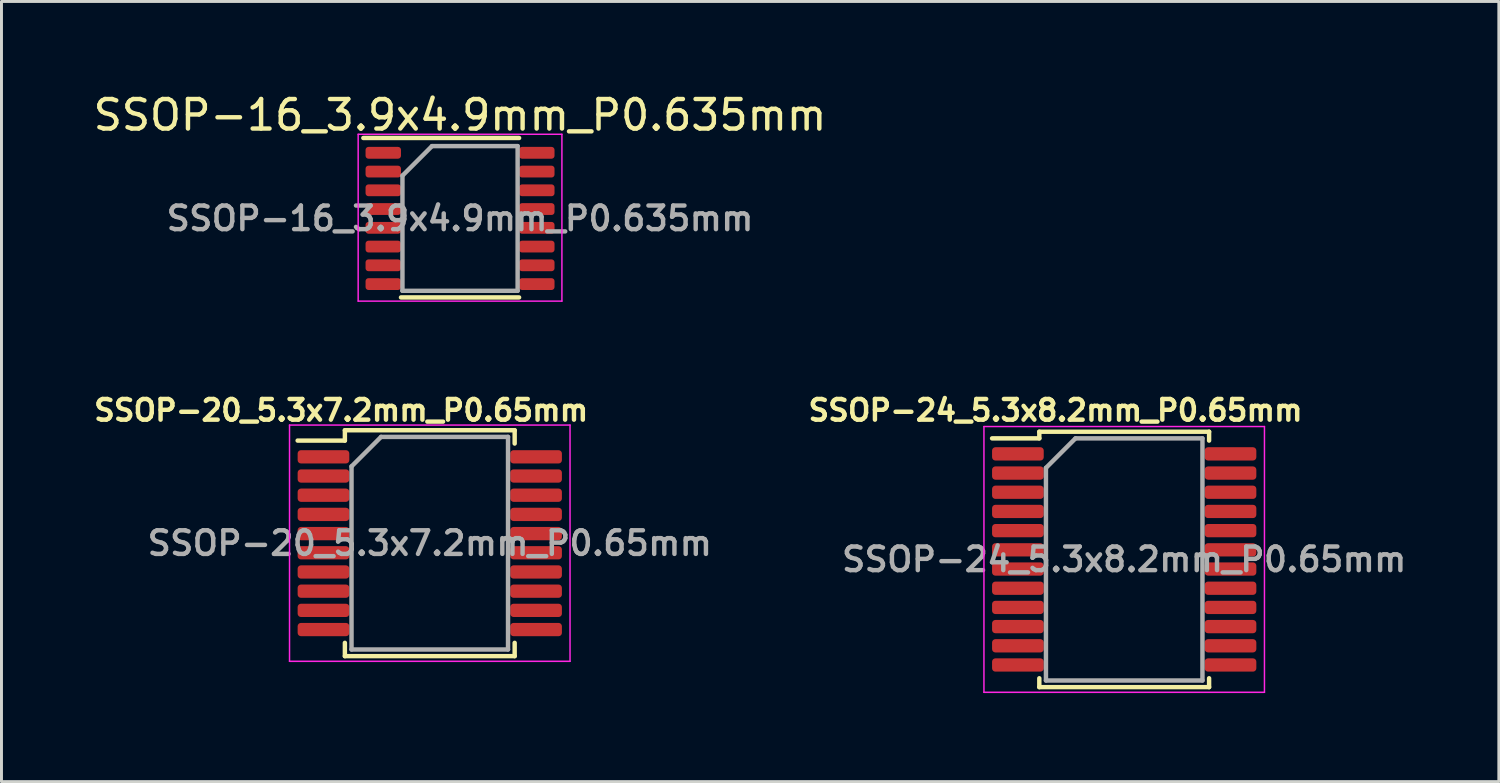
<source format=kicad_pcb>
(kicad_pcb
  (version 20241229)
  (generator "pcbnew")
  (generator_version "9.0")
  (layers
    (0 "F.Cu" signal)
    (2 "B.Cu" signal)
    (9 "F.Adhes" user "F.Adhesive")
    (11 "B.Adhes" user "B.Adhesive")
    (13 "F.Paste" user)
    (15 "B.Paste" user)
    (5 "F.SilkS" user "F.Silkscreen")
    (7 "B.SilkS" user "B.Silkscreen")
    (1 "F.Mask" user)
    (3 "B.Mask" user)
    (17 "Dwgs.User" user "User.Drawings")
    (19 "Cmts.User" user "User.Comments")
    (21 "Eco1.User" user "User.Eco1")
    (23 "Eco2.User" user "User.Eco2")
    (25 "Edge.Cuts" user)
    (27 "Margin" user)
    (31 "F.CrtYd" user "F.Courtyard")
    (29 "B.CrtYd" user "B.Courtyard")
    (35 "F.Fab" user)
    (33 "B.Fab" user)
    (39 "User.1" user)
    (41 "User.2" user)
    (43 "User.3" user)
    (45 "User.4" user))
  (footprint "SSOP-24_5.3x8.2mm_P0.65mm"
    (layer "F.Cu")
    (at 35.023 15.896)
    (property "Reference" "SSOP-24_5.3x8.2mm_P0.65mm" (at -2.325 -5.05 0) (layer "F.SilkS") (effects (font (size 0.7 0.7) (thickness 0.15))))
    (attr smd)
    (fp_line (start -2.875 -4.325) (end -2.875 -4.1) (stroke (width 0.15) (type solid)) (layer "F.SilkS"))
    (fp_line (start -2.875 -4.325) (end 2.875 -4.325) (stroke (width 0.15) (type solid)) (layer "F.SilkS"))
    (fp_line (start -2.875 -4.1) (end -4.475 -4.1) (stroke (width 0.15) (type solid)) (layer "F.SilkS"))
    (fp_line (start -2.875 4.325) (end -2.875 4.025) (stroke (width 0.15) (type solid)) (layer "F.SilkS"))
    (fp_line (start -2.875 4.325) (end 2.875 4.325) (stroke (width 0.15) (type solid)) (layer "F.SilkS"))
    (fp_line (start 2.875 -4.325) (end 2.875 -4.025) (stroke (width 0.15) (type solid)) (layer "F.SilkS"))
    (fp_line (start 2.875 4.325) (end 2.875 4.025) (stroke (width 0.15) (type solid)) (layer "F.SilkS"))
    (fp_line (start -4.75 -4.5) (end -4.75 4.5) (stroke (width 0.05) (type solid)) (layer "F.CrtYd"))
    (fp_line (start -4.75 -4.5) (end 4.75 -4.5) (stroke (width 0.05) (type solid)) (layer "F.CrtYd"))
    (fp_line (start -4.75 4.5) (end 4.75 4.5) (stroke (width 0.05) (type solid)) (layer "F.CrtYd"))
    (fp_line (start 4.75 -4.5) (end 4.75 4.5) (stroke (width 0.05) (type solid)) (layer "F.CrtYd"))
    (fp_line (start -2.65 -3.1) (end -1.65 -4.1) (stroke (width 0.15) (type solid)) (layer "F.Fab"))
    (fp_line (start -2.65 4.1) (end -2.65 -3.1) (stroke (width 0.15) (type solid)) (layer "F.Fab"))
    (fp_line (start -1.65 -4.1) (end 2.65 -4.1) (stroke (width 0.15) (type solid)) (layer "F.Fab"))
    (fp_line (start 2.65 -4.1) (end 2.65 4.1) (stroke (width 0.15) (type solid)) (layer "F.Fab"))
    (fp_line (start 2.65 4.1) (end -2.65 4.1) (stroke (width 0.15) (type solid)) (layer "F.Fab"))
    (fp_text user "${REFERENCE}" (at 0 0 0) (layer "F.Fab") (effects (font (size 0.8 0.8) (thickness 0.15))))
    (pad "1" smd roundrect (at -3.6 -3.575) (size 1.75 0.45) (layers "F.Cu" "F.Mask" "F.Paste") (roundrect_rratio 0.25))
    (pad "2" smd roundrect (at -3.6 -2.925) (size 1.75 0.45) (layers "F.Cu" "F.Mask" "F.Paste") (roundrect_rratio 0.25))
    (pad "3" smd roundrect (at -3.6 -2.275) (size 1.75 0.45) (layers "F.Cu" "F.Mask" "F.Paste") (roundrect_rratio 0.25))
    (pad "4" smd roundrect (at -3.6 -1.625) (size 1.75 0.45) (layers "F.Cu" "F.Mask" "F.Paste") (roundrect_rratio 0.25))
    (pad "5" smd roundrect (at -3.6 -0.975) (size 1.75 0.45) (layers "F.Cu" "F.Mask" "F.Paste") (roundrect_rratio 0.25))
    (pad "6" smd roundrect (at -3.6 -0.325) (size 1.75 0.45) (layers "F.Cu" "F.Mask" "F.Paste") (roundrect_rratio 0.25))
    (pad "7" smd roundrect (at -3.6 0.325) (size 1.75 0.45) (layers "F.Cu" "F.Mask" "F.Paste") (roundrect_rratio 0.25))
    (pad "8" smd roundrect (at -3.6 0.975) (size 1.75 0.45) (layers "F.Cu" "F.Mask" "F.Paste") (roundrect_rratio 0.25))
    (pad "9" smd roundrect (at -3.6 1.625) (size 1.75 0.45) (layers "F.Cu" "F.Mask" "F.Paste") (roundrect_rratio 0.25))
    (pad "10" smd roundrect (at -3.6 2.275) (size 1.75 0.45) (layers "F.Cu" "F.Mask" "F.Paste") (roundrect_rratio 0.25))
    (pad "11" smd roundrect (at -3.6 2.925) (size 1.75 0.45) (layers "F.Cu" "F.Mask" "F.Paste") (roundrect_rratio 0.25))
    (pad "12" smd roundrect (at -3.6 3.575) (size 1.75 0.45) (layers "F.Cu" "F.Mask" "F.Paste") (roundrect_rratio 0.25))
    (pad "13" smd roundrect (at 3.6 3.575) (size 1.75 0.45) (layers "F.Cu" "F.Mask" "F.Paste") (roundrect_rratio 0.25))
    (pad "14" smd roundrect (at 3.6 2.925) (size 1.75 0.45) (layers "F.Cu" "F.Mask" "F.Paste") (roundrect_rratio 0.25))
    (pad "15" smd roundrect (at 3.6 2.275) (size 1.75 0.45) (layers "F.Cu" "F.Mask" "F.Paste") (roundrect_rratio 0.25))
    (pad "16" smd roundrect (at 3.6 1.625) (size 1.75 0.45) (layers "F.Cu" "F.Mask" "F.Paste") (roundrect_rratio 0.25))
    (pad "17" smd roundrect (at 3.6 0.975) (size 1.75 0.45) (layers "F.Cu" "F.Mask" "F.Paste") (roundrect_rratio 0.25))
    (pad "18" smd roundrect (at 3.6 0.325) (size 1.75 0.45) (layers "F.Cu" "F.Mask" "F.Paste") (roundrect_rratio 0.25))
    (pad "19" smd roundrect (at 3.6 -0.325) (size 1.75 0.45) (layers "F.Cu" "F.Mask" "F.Paste") (roundrect_rratio 0.25))
    (pad "20" smd roundrect (at 3.6 -0.975) (size 1.75 0.45) (layers "F.Cu" "F.Mask" "F.Paste") (roundrect_rratio 0.25))
    (pad "21" smd roundrect (at 3.6 -1.625) (size 1.75 0.45) (layers "F.Cu" "F.Mask" "F.Paste") (roundrect_rratio 0.25))
    (pad "22" smd roundrect (at 3.6 -2.275) (size 1.75 0.45) (layers "F.Cu" "F.Mask" "F.Paste") (roundrect_rratio 0.25))
    (pad "23" smd roundrect (at 3.6 -2.925) (size 1.75 0.45) (layers "F.Cu" "F.Mask" "F.Paste") (roundrect_rratio 0.25))
    (pad "24" smd roundrect (at 3.6 -3.575) (size 1.75 0.45) (layers "F.Cu" "F.Mask" "F.Paste") (roundrect_rratio 0.25)))
  (footprint "SSOP-16_3.9x4.9mm_P0.635mm"
    (layer "F.Cu")
    (at 12.53 4.348)
    (property "Reference" "SSOP-16_3.9x4.9mm_P0.635mm" (at 0 -3.5 0) (layer "F.SilkS") (effects (font (size 1 1) (thickness 0.15))))
    (attr smd)
    (fp_line (start -3.275 -2.725) (end 2 -2.725) (stroke (width 0.15) (type solid)) (layer "F.SilkS"))
    (fp_line (start -2 2.675) (end 2 2.675) (stroke (width 0.15) (type solid)) (layer "F.SilkS"))
    (fp_line (start -3.45 -2.85) (end -3.45 2.8) (stroke (width 0.05) (type solid)) (layer "F.CrtYd"))
    (fp_line (start -3.45 -2.85) (end 3.45 -2.85) (stroke (width 0.05) (type solid)) (layer "F.CrtYd"))
    (fp_line (start -3.45 2.8) (end 3.45 2.8) (stroke (width 0.05) (type solid)) (layer "F.CrtYd"))
    (fp_line (start 3.45 -2.85) (end 3.45 2.8) (stroke (width 0.05) (type solid)) (layer "F.CrtYd"))
    (fp_line (start -1.95 -1.45) (end -0.95 -2.45) (stroke (width 0.15) (type solid)) (layer "F.Fab"))
    (fp_line (start -1.95 2.45) (end -1.95 -1.45) (stroke (width 0.15) (type solid)) (layer "F.Fab"))
    (fp_line (start -0.95 -2.45) (end 1.95 -2.45) (stroke (width 0.15) (type solid)) (layer "F.Fab"))
    (fp_line (start 1.95 -2.45) (end 1.95 2.45) (stroke (width 0.15) (type solid)) (layer "F.Fab"))
    (fp_line (start 1.95 2.45) (end -1.95 2.45) (stroke (width 0.15) (type solid)) (layer "F.Fab"))
    (fp_text user "${REFERENCE}" (at 0 0 0) (layer "F.Fab") (effects (font (size 0.8 0.8) (thickness 0.15))))
    (pad "1" smd roundrect (at -2.6 -2.223) (size 1.2 0.4) (layers "F.Cu" "F.Mask" "F.Paste") (roundrect_rratio 0.25))
    (pad "2" smd roundrect (at -2.6 -1.587) (size 1.2 0.4) (layers "F.Cu" "F.Mask" "F.Paste") (roundrect_rratio 0.25))
    (pad "3" smd roundrect (at -2.6 -0.953) (size 1.2 0.4) (layers "F.Cu" "F.Mask" "F.Paste") (roundrect_rratio 0.25))
    (pad "4" smd roundrect (at -2.6 -0.318) (size 1.2 0.4) (layers "F.Cu" "F.Mask" "F.Paste") (roundrect_rratio 0.25))
    (pad "5" smd roundrect (at -2.6 0.318) (size 1.2 0.4) (layers "F.Cu" "F.Mask" "F.Paste") (roundrect_rratio 0.25))
    (pad "6" smd roundrect (at -2.6 0.953) (size 1.2 0.4) (layers "F.Cu" "F.Mask" "F.Paste") (roundrect_rratio 0.25))
    (pad "7" smd roundrect (at -2.6 1.587) (size 1.2 0.4) (layers "F.Cu" "F.Mask" "F.Paste") (roundrect_rratio 0.25))
    (pad "8" smd roundrect (at -2.6 2.223) (size 1.2 0.4) (layers "F.Cu" "F.Mask" "F.Paste") (roundrect_rratio 0.25))
    (pad "9" smd roundrect (at 2.6 2.223) (size 1.2 0.4) (layers "F.Cu" "F.Mask" "F.Paste") (roundrect_rratio 0.25))
    (pad "10" smd roundrect (at 2.6 1.587) (size 1.2 0.4) (layers "F.Cu" "F.Mask" "F.Paste") (roundrect_rratio 0.25))
    (pad "11" smd roundrect (at 2.6 0.953) (size 1.2 0.4) (layers "F.Cu" "F.Mask" "F.Paste") (roundrect_rratio 0.25))
    (pad "12" smd roundrect (at 2.6 0.318) (size 1.2 0.4) (layers "F.Cu" "F.Mask" "F.Paste") (roundrect_rratio 0.25))
    (pad "13" smd roundrect (at 2.6 -0.318) (size 1.2 0.4) (layers "F.Cu" "F.Mask" "F.Paste") (roundrect_rratio 0.25))
    (pad "14" smd roundrect (at 2.6 -0.953) (size 1.2 0.4) (layers "F.Cu" "F.Mask" "F.Paste") (roundrect_rratio 0.25))
    (pad "15" smd roundrect (at 2.6 -1.587) (size 1.2 0.4) (layers "F.Cu" "F.Mask" "F.Paste") (roundrect_rratio 0.25))
    (pad "16" smd roundrect (at 2.6 -2.223) (size 1.2 0.4) (layers "F.Cu" "F.Mask" "F.Paste") (roundrect_rratio 0.25)))
  (footprint "SSOP-20_5.3x7.2mm_P0.65mm"
    (layer "F.Cu")
    (at 11.505 15.346)
    (property "Reference" "SSOP-20_5.3x7.2mm_P0.65mm" (at -3 -4.5 0) (layer "F.SilkS") (effects (font (size 0.7 0.7) (thickness 0.15))))
    (attr smd)
    (fp_line (start -2.875 -3.825) (end -2.875 -3.475) (stroke (width 0.15) (type solid)) (layer "F.SilkS"))
    (fp_line (start -2.875 -3.825) (end 2.875 -3.825) (stroke (width 0.15) (type solid)) (layer "F.SilkS"))
    (fp_line (start -2.875 -3.475) (end -4.475 -3.475) (stroke (width 0.15) (type solid)) (layer "F.SilkS"))
    (fp_line (start -2.875 3.825) (end -2.875 3.375) (stroke (width 0.15) (type solid)) (layer "F.SilkS"))
    (fp_line (start -2.875 3.825) (end 2.875 3.825) (stroke (width 0.15) (type solid)) (layer "F.SilkS"))
    (fp_line (start 2.875 -3.825) (end 2.875 -3.375) (stroke (width 0.15) (type solid)) (layer "F.SilkS"))
    (fp_line (start 2.875 3.825) (end 2.875 3.375) (stroke (width 0.15) (type solid)) (layer "F.SilkS"))
    (fp_line (start -4.75 -4) (end -4.75 4) (stroke (width 0.05) (type solid)) (layer "F.CrtYd"))
    (fp_line (start -4.75 -4) (end 4.75 -4) (stroke (width 0.05) (type solid)) (layer "F.CrtYd"))
    (fp_line (start -4.75 4) (end 4.75 4) (stroke (width 0.05) (type solid)) (layer "F.CrtYd"))
    (fp_line (start 4.75 -4) (end 4.75 4) (stroke (width 0.05) (type solid)) (layer "F.CrtYd"))
    (fp_line (start -2.65 -2.6) (end -1.65 -3.6) (stroke (width 0.15) (type solid)) (layer "F.Fab"))
    (fp_line (start -2.65 3.6) (end -2.65 -2.6) (stroke (width 0.15) (type solid)) (layer "F.Fab"))
    (fp_line (start -1.65 -3.6) (end 2.65 -3.6) (stroke (width 0.15) (type solid)) (layer "F.Fab"))
    (fp_line (start 2.65 -3.6) (end 2.65 3.6) (stroke (width 0.15) (type solid)) (layer "F.Fab"))
    (fp_line (start 2.65 3.6) (end -2.65 3.6) (stroke (width 0.15) (type solid)) (layer "F.Fab"))
    (fp_text user "${REFERENCE}" (at 0 0 0) (layer "F.Fab") (effects (font (size 0.8 0.8) (thickness 0.15))))
    (pad "1" smd roundrect (at -3.6 -2.925) (size 1.75 0.45) (layers "F.Cu" "F.Mask" "F.Paste") (roundrect_rratio 0.25))
    (pad "2" smd roundrect (at -3.6 -2.275) (size 1.75 0.45) (layers "F.Cu" "F.Mask" "F.Paste") (roundrect_rratio 0.25))
    (pad "3" smd roundrect (at -3.6 -1.625) (size 1.75 0.45) (layers "F.Cu" "F.Mask" "F.Paste") (roundrect_rratio 0.25))
    (pad "4" smd roundrect (at -3.6 -0.975) (size 1.75 0.45) (layers "F.Cu" "F.Mask" "F.Paste") (roundrect_rratio 0.25))
    (pad "5" smd roundrect (at -3.6 -0.325) (size 1.75 0.45) (layers "F.Cu" "F.Mask" "F.Paste") (roundrect_rratio 0.25))
    (pad "6" smd roundrect (at -3.6 0.325) (size 1.75 0.45) (layers "F.Cu" "F.Mask" "F.Paste") (roundrect_rratio 0.25))
    (pad "7" smd roundrect (at -3.6 0.975) (size 1.75 0.45) (layers "F.Cu" "F.Mask" "F.Paste") (roundrect_rratio 0.25))
    (pad "8" smd roundrect (at -3.6 1.625) (size 1.75 0.45) (layers "F.Cu" "F.Mask" "F.Paste") (roundrect_rratio 0.25))
    (pad "9" smd roundrect (at -3.6 2.275) (size 1.75 0.45) (layers "F.Cu" "F.Mask" "F.Paste") (roundrect_rratio 0.25))
    (pad "10" smd roundrect (at -3.6 2.925) (size 1.75 0.45) (layers "F.Cu" "F.Mask" "F.Paste") (roundrect_rratio 0.25))
    (pad "11" smd roundrect (at 3.6 2.925) (size 1.75 0.45) (layers "F.Cu" "F.Mask" "F.Paste") (roundrect_rratio 0.25))
    (pad "12" smd roundrect (at 3.6 2.275) (size 1.75 0.45) (layers "F.Cu" "F.Mask" "F.Paste") (roundrect_rratio 0.25))
    (pad "13" smd roundrect (at 3.6 1.625) (size 1.75 0.45) (layers "F.Cu" "F.Mask" "F.Paste") (roundrect_rratio 0.25))
    (pad "14" smd roundrect (at 3.6 0.975) (size 1.75 0.45) (layers "F.Cu" "F.Mask" "F.Paste") (roundrect_rratio 0.25))
    (pad "15" smd roundrect (at 3.6 0.325) (size 1.75 0.45) (layers "F.Cu" "F.Mask" "F.Paste") (roundrect_rratio 0.25))
    (pad "16" smd roundrect (at 3.6 -0.325) (size 1.75 0.45) (layers "F.Cu" "F.Mask" "F.Paste") (roundrect_rratio 0.25))
    (pad "17" smd roundrect (at 3.6 -0.975) (size 1.75 0.45) (layers "F.Cu" "F.Mask" "F.Paste") (roundrect_rratio 0.25))
    (pad "18" smd roundrect (at 3.6 -1.625) (size 1.75 0.45) (layers "F.Cu" "F.Mask" "F.Paste") (roundrect_rratio 0.25))
    (pad "19" smd roundrect (at 3.6 -2.275) (size 1.75 0.45) (layers "F.Cu" "F.Mask" "F.Paste") (roundrect_rratio 0.25))
    (pad "20" smd roundrect (at 3.6 -2.925) (size 1.75 0.45) (layers "F.Cu" "F.Mask" "F.Paste") (roundrect_rratio 0.25)))
  (gr_rect
    (start -3 -3)
    (end 47.711 23.421)
    (stroke (width 0.1) (type default))
    (fill no)
    (layer "Edge.Cuts")))
</source>
